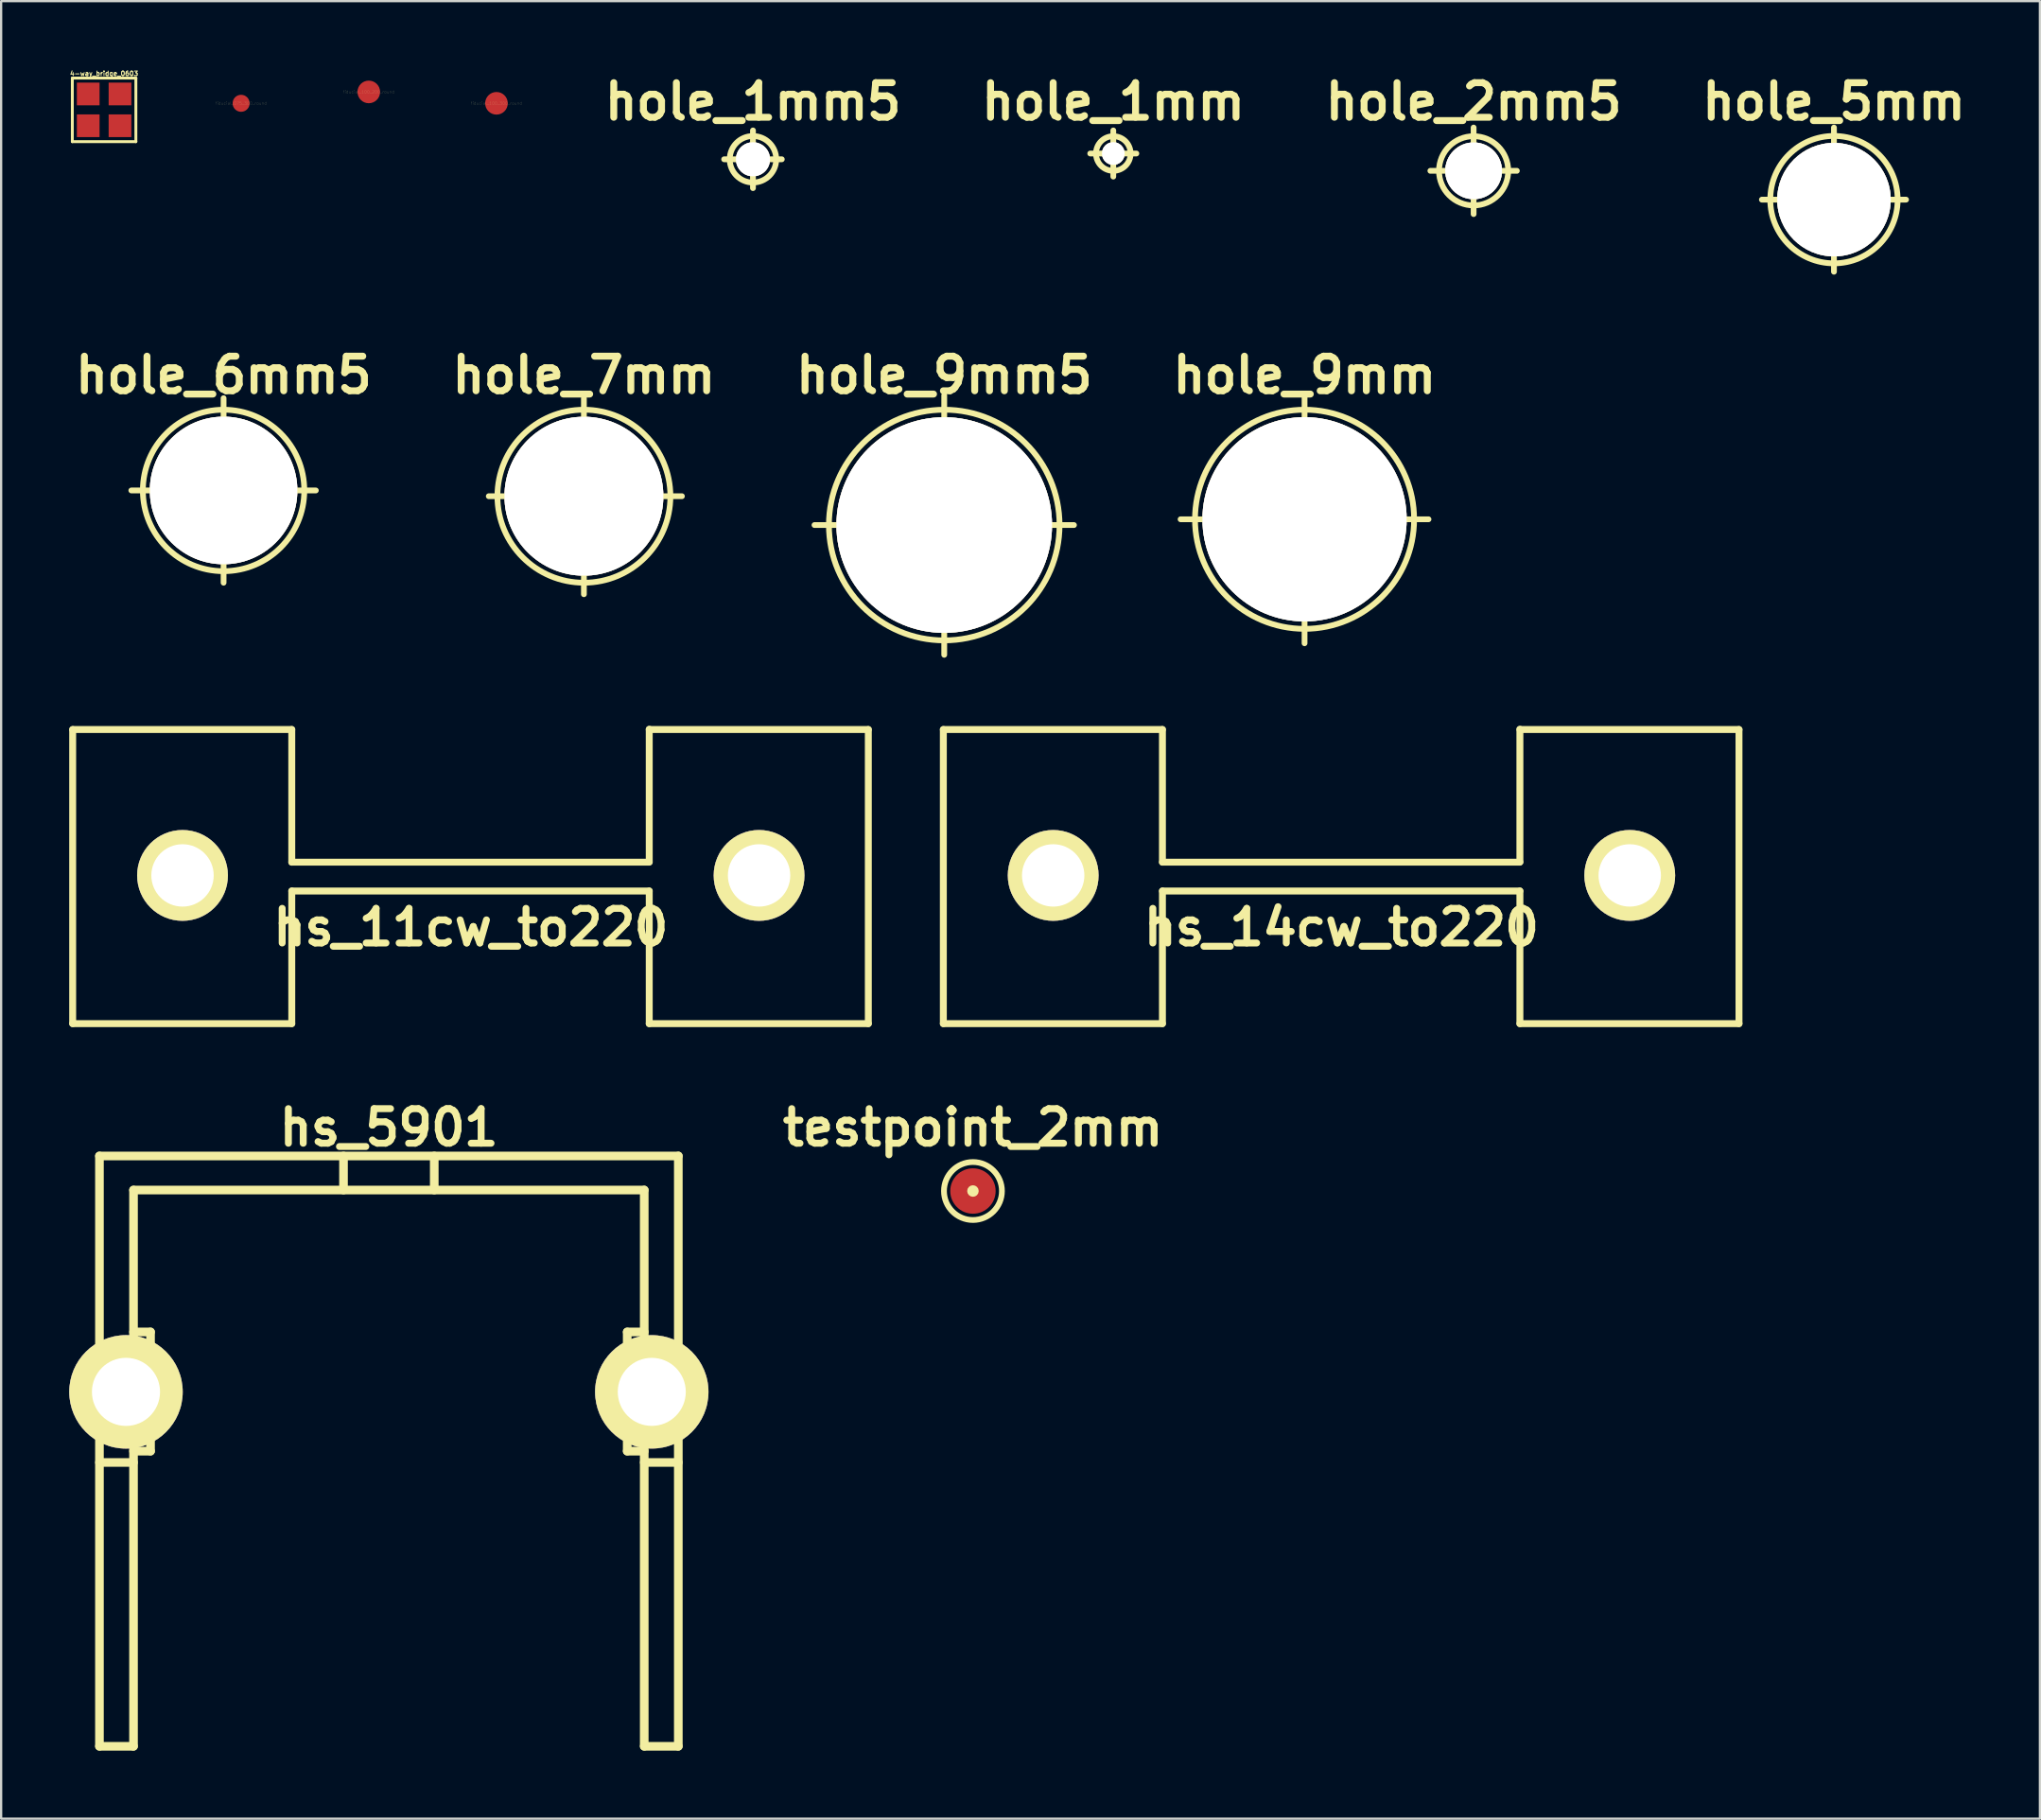
<source format=kicad_pcb>
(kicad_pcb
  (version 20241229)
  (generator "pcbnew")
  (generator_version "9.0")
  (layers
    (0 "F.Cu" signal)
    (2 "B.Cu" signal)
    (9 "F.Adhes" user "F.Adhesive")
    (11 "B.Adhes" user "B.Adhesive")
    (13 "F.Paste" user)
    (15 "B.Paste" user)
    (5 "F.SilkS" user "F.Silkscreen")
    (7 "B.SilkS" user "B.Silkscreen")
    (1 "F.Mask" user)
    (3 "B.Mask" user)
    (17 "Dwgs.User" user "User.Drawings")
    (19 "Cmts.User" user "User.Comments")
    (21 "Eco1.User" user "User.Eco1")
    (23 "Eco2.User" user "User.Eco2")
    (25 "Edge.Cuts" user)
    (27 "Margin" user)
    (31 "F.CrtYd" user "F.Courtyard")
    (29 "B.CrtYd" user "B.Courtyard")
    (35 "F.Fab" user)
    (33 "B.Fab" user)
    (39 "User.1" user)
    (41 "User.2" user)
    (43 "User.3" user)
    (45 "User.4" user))
  (footprint "hole_7mm"
    (layer "F.Cu")
    (at 22.674 18.807)
    (property "Reference" "hole_7mm" (at 0 -5.334 0) (layer "F.SilkS") (effects (font (size 1.524 1.524) (thickness 0.305))))
    (attr through_hole)
    (fp_line (start -4.191 0) (end 4.318 0) (stroke (width 0.254) (type solid)) (layer "F.SilkS"))
    (fp_line (start 0 -4.318) (end 0 4.318) (stroke (width 0.254) (type solid)) (layer "F.SilkS"))
    (fp_circle (center 0 0) (end 3.81 0) (stroke (width 0.254) (type solid)) (fill no) (layer "F.SilkS"))
    (pad "1" thru_hole circle (at 0 0) (size 7 7) (drill 7) (layers "*.Cu" "F.SilkS")))
  (footprint "hole_6mm5"
    (layer "F.Cu")
    (at 6.8 18.553)
    (property "Reference" "hole_6mm5" (at 0 -5.08 0) (layer "F.SilkS") (effects (font (size 1.524 1.524) (thickness 0.305))))
    (attr through_hole)
    (fp_line (start -4.064 0) (end 4.064 0) (stroke (width 0.254) (type solid)) (layer "F.SilkS"))
    (fp_line (start 0 -4.064) (end 0 4.064) (stroke (width 0.254) (type solid)) (layer "F.SilkS"))
    (fp_circle (center 0 0) (end 3.556 0) (stroke (width 0.254) (type solid)) (fill no) (layer "F.SilkS"))
    (pad "1" thru_hole circle (at 0 0) (size 6.5 6.5) (drill 6.5) (layers "*.Cu" "F.SilkS")))
  (footprint "hs_11cw_to220"
    (layer "F.Cu")
    (at 17.691 35.51)
    (property "Reference" "hs_11cw_to220" (at 0 2.286 0) (layer "F.SilkS") (effects (font (size 1.524 1.524) (thickness 0.305))))
    (attr through_hole)
    (fp_line (start -17.539 -6.426) (end -17.539 6.528) (stroke (width 0.305) (type solid)) (layer "F.SilkS"))
    (fp_line (start -17.539 6.528) (end -7.887 6.528) (stroke (width 0.305) (type solid)) (layer "F.SilkS"))
    (fp_line (start -7.887 -6.426) (end -17.539 -6.426) (stroke (width 0.305) (type solid)) (layer "F.SilkS"))
    (fp_line (start -7.887 -6.426) (end -7.887 -0.584) (stroke (width 0.305) (type solid)) (layer "F.SilkS"))
    (fp_line (start -7.887 0.686) (end -7.887 6.528) (stroke (width 0.305) (type solid)) (layer "F.SilkS"))
    (fp_line (start -7.887 0.686) (end 7.861 0.686) (stroke (width 0.305) (type solid)) (layer "F.SilkS"))
    (fp_line (start 7.861 -6.439) (end 7.861 -0.597) (stroke (width 0.305) (type solid)) (layer "F.SilkS"))
    (fp_line (start 7.861 -0.584) (end -7.887 -0.584) (stroke (width 0.305) (type solid)) (layer "F.SilkS"))
    (fp_line (start 7.861 6.528) (end 7.861 0.686) (stroke (width 0.305) (type solid)) (layer "F.SilkS"))
    (fp_line (start 7.861 6.528) (end 17.513 6.528) (stroke (width 0.305) (type solid)) (layer "F.SilkS"))
    (fp_line (start 17.513 -6.426) (end 7.861 -6.426) (stroke (width 0.305) (type solid)) (layer "F.SilkS"))
    (fp_line (start 17.513 -6.426) (end 17.513 6.528) (stroke (width 0.305) (type solid)) (layer "F.SilkS"))
    (pad "" thru_hole circle (at -12.7 0) (size 4 4) (drill 2.748) (layers "*.Cu" "*.Mask" "F.SilkS"))
    (pad "" thru_hole circle (at 12.7 0) (size 4 4) (drill 2.748) (layers "*.Cu" "*.Mask" "F.SilkS")))
  (footprint "hs_14cw_to220"
    (layer "F.Cu")
    (at 56.048 35.51)
    (property "Reference" "hs_14cw_to220" (at 0 2.286 0) (layer "F.SilkS") (effects (font (size 1.524 1.524) (thickness 0.305))))
    (attr through_hole)
    (fp_line (start -17.539 -6.426) (end -17.539 6.528) (stroke (width 0.305) (type solid)) (layer "F.SilkS"))
    (fp_line (start -17.539 6.528) (end -7.887 6.528) (stroke (width 0.305) (type solid)) (layer "F.SilkS"))
    (fp_line (start -7.887 -6.426) (end -17.539 -6.426) (stroke (width 0.305) (type solid)) (layer "F.SilkS"))
    (fp_line (start -7.887 -6.426) (end -7.887 -0.584) (stroke (width 0.305) (type solid)) (layer "F.SilkS"))
    (fp_line (start -7.887 0.686) (end -7.887 6.528) (stroke (width 0.305) (type solid)) (layer "F.SilkS"))
    (fp_line (start -7.887 0.686) (end 7.861 0.686) (stroke (width 0.305) (type solid)) (layer "F.SilkS"))
    (fp_line (start 7.861 -6.439) (end 7.861 -0.597) (stroke (width 0.305) (type solid)) (layer "F.SilkS"))
    (fp_line (start 7.861 -0.584) (end -7.887 -0.584) (stroke (width 0.305) (type solid)) (layer "F.SilkS"))
    (fp_line (start 7.861 6.528) (end 7.861 0.686) (stroke (width 0.305) (type solid)) (layer "F.SilkS"))
    (fp_line (start 7.861 6.528) (end 17.513 6.528) (stroke (width 0.305) (type solid)) (layer "F.SilkS"))
    (fp_line (start 17.513 -6.426) (end 7.861 -6.426) (stroke (width 0.305) (type solid)) (layer "F.SilkS"))
    (fp_line (start 17.513 -6.426) (end 17.513 6.528) (stroke (width 0.305) (type solid)) (layer "F.SilkS"))
    (pad "" thru_hole circle (at -12.7 0) (size 4 4) (drill 2.748) (layers "*.Cu" "*.Mask" "F.SilkS"))
    (pad "" thru_hole circle (at 12.7 0) (size 4 4) (drill 2.748) (layers "*.Cu" "*.Mask" "F.SilkS")))
  (footprint "hole_9mm"
    (layer "F.Cu")
    (at 54.422 19.823)
    (property "Reference" "hole_9mm" (at 0 -6.35 0) (layer "F.SilkS") (effects (font (size 1.524 1.524) (thickness 0.305))))
    (attr through_hole)
    (fp_line (start -5.461 0) (end 5.461 0) (stroke (width 0.254) (type solid)) (layer "F.SilkS"))
    (fp_line (start 0 -5.461) (end 0 5.461) (stroke (width 0.254) (type solid)) (layer "F.SilkS"))
    (fp_circle (center 0 0) (end 4.826 0) (stroke (width 0.254) (type solid)) (fill no) (layer "F.SilkS"))
    (pad "1" thru_hole circle (at 0 0) (size 8.999 8.999) (drill 8.999) (layers "*.Cu" "F.SilkS")))
  (footprint "fiducial_100_300_round"
    (layer "F.Cu")
    (at 18.822 1.5)
    (property "Reference" "fiducial_100_300_round" (at 0 0 0) (layer "F.SilkS") (effects (font (size 0.127 0.127) (thickness 0.003))))
    (attr through_hole)
    (pad "" smd circle (at 0 0) (size 3 3) (layers "F.Mask"))
    (pad "1" smd circle (at 0 0) (size 0.996 0.996) (layers "F.Cu" "F.Mask")))
  (footprint "hole_1mm5"
    (layer "F.Cu")
    (at 30.122 3.966)
    (property "Reference" "hole_1mm5" (at 0 -2.54 0) (layer "F.SilkS") (effects (font (size 1.524 1.524) (thickness 0.305))))
    (attr through_hole)
    (fp_line (start -1.27 0) (end 1.27 0) (stroke (width 0.254) (type solid)) (layer "F.SilkS"))
    (fp_line (start 0 -1.27) (end 0 1.27) (stroke (width 0.254) (type solid)) (layer "F.SilkS"))
    (fp_circle (center 0 0) (end 1.016 -0.127) (stroke (width 0.254) (type solid)) (fill no) (layer "F.SilkS"))
    (pad "1" thru_hole circle (at 0 0) (size 1.501 1.501) (drill 1.501) (layers "*.Cu" "F.SilkS")))
  (footprint "hs_5901"
    (layer "F.Cu")
    (at 14.082 49.368)
    (property "Reference" "hs_5901" (at 0 -2.751 0) (layer "F.SilkS") (effects (font (size 1.524 1.524) (thickness 0.305))))
    (attr through_hole)
    (fp_line (start -12.751 -1.501) (end -12.751 24.501) (stroke (width 0.381) (type solid)) (layer "F.SilkS"))
    (fp_line (start -12.751 11.999) (end -11.25 11.999) (stroke (width 0.381) (type solid)) (layer "F.SilkS"))
    (fp_line (start -11.25 6.251) (end -10.5 6.251) (stroke (width 0.381) (type solid)) (layer "F.SilkS"))
    (fp_line (start -11.25 24.501) (end -12.751 24.501) (stroke (width 0.381) (type solid)) (layer "F.SilkS"))
    (fp_line (start -11.25 24.501) (end -11.25 0) (stroke (width 0.381) (type solid)) (layer "F.SilkS"))
    (fp_line (start -10.5 6.251) (end -10.5 11.501) (stroke (width 0.381) (type solid)) (layer "F.SilkS"))
    (fp_line (start -10.5 11.501) (end -11.25 11.501) (stroke (width 0.381) (type solid)) (layer "F.SilkS"))
    (fp_line (start -1.999 0) (end -1.999 -1.501) (stroke (width 0.381) (type solid)) (layer "F.SilkS"))
    (fp_line (start 1.999 -1.501) (end 1.999 0) (stroke (width 0.381) (type solid)) (layer "F.SilkS"))
    (fp_line (start 10.5 6.251) (end 11.25 6.251) (stroke (width 0.381) (type solid)) (layer "F.SilkS"))
    (fp_line (start 10.5 11.501) (end 10.5 6.251) (stroke (width 0.381) (type solid)) (layer "F.SilkS"))
    (fp_line (start 11.25 0) (end -11.25 0) (stroke (width 0.381) (type solid)) (layer "F.SilkS"))
    (fp_line (start 11.25 0) (end 11.25 24.501) (stroke (width 0.381) (type solid)) (layer "F.SilkS"))
    (fp_line (start 11.25 11.501) (end 10.5 11.501) (stroke (width 0.381) (type solid)) (layer "F.SilkS"))
    (fp_line (start 11.25 11.999) (end 12.751 11.999) (stroke (width 0.381) (type solid)) (layer "F.SilkS"))
    (fp_line (start 12.751 -1.501) (end -12.751 -1.501) (stroke (width 0.381) (type solid)) (layer "F.SilkS"))
    (fp_line (start 12.751 24.501) (end 11.25 24.501) (stroke (width 0.381) (type solid)) (layer "F.SilkS"))
    (fp_line (start 12.751 24.501) (end 12.751 -1.501) (stroke (width 0.381) (type solid)) (layer "F.SilkS"))
    (pad "" thru_hole circle (at -11.582 8.89) (size 4.999 4.999) (drill 3) (layers "*.Cu" "*.Mask" "F.SilkS"))
    (pad "" thru_hole circle (at 11.582 8.89) (size 4.996 4.996) (drill 2.997) (layers "*.Cu" "*.Mask" "F.SilkS")))
  (footprint "hole_9mm5"
    (layer "F.Cu")
    (at 38.548 20.077)
    (property "Reference" "hole_9mm5" (at 0 -6.604 0) (layer "F.SilkS") (effects (font (size 1.524 1.524) (thickness 0.305))))
    (attr through_hole)
    (fp_line (start -5.715 0) (end 5.715 0) (stroke (width 0.254) (type solid)) (layer "F.SilkS"))
    (fp_line (start 0 -5.715) (end 0 5.715) (stroke (width 0.254) (type solid)) (layer "F.SilkS"))
    (fp_circle (center 0 0) (end 5.08 0) (stroke (width 0.254) (type solid)) (fill no) (layer "F.SilkS"))
    (pad "1" thru_hole circle (at 0 0) (size 9.5 9.5) (drill 9.5) (layers "*.Cu" "F.SilkS")))
  (footprint "fiducial_100_200_round"
    (layer "F.Cu")
    (at 13.197 0.999)
    (property "Reference" "fiducial_100_200_round" (at 0 0 0) (layer "F.SilkS") (effects (font (size 0.127 0.127) (thickness 0.003))))
    (attr through_hole)
    (pad "" smd circle (at 0 0) (size 1.999 1.999) (layers "F.Mask"))
    (pad "1" smd circle (at 0 0) (size 0.996 0.996) (layers "F.Cu" "F.Mask")))
  (footprint "fiducial_075_300_round"
    (layer "F.Cu")
    (at 7.572 1.5)
    (property "Reference" "fiducial_075_300_round" (at 0 0 0) (layer "F.SilkS") (effects (font (size 0.127 0.127) (thickness 0.003))))
    (attr through_hole)
    (pad "" smd circle (at 0 0) (size 3 3) (layers "F.Mask"))
    (pad "1" smd circle (at 0 0) (size 0.749 0.749) (layers "F.Cu" "F.Mask")))
  (footprint "testpoint_2mm"
    (layer "F.Cu")
    (at 39.813 49.411)
    (property "Reference" "testpoint_2mm" (at 0 -2.794 0) (layer "F.SilkS") (effects (font (size 1.524 1.524) (thickness 0.305))))
    (attr through_hole)
    (fp_circle (center 0 0) (end 0.127 0) (stroke (width 0.254) (type solid)) (fill no) (layer "F.SilkS"))
    (fp_circle (center 0 0) (end 1.27 0.127) (stroke (width 0.254) (type solid)) (fill no) (layer "F.SilkS"))
    (pad "1" smd circle (at 0 0) (size 1.999 1.999) (layers "F.Cu" "F.Mask" "F.Paste")))
  (footprint "hole_5mm"
    (layer "F.Cu")
    (at 77.745 5.744)
    (property "Reference" "hole_5mm" (at 0 -4.318 0) (layer "F.SilkS") (effects (font (size 1.524 1.524) (thickness 0.305))))
    (attr through_hole)
    (fp_line (start -3.175 0) (end 3.175 0) (stroke (width 0.254) (type solid)) (layer "F.SilkS"))
    (fp_line (start 0 -3.175) (end 0 3.175) (stroke (width 0.254) (type solid)) (layer "F.SilkS"))
    (fp_circle (center 0 0) (end 2.794 -0.254) (stroke (width 0.254) (type solid)) (fill no) (layer "F.SilkS"))
    (pad "1" thru_hole circle (at 0 0) (size 5.001 5.001) (drill 5.001) (layers "*.Cu" "F.SilkS")))
  (footprint "4-way_bridge_0603"
    (layer "F.Cu")
    (at 1.536 1.789)
    (property "Reference" "4-way_bridge_0603" (at 0 -1.6 0) (layer "F.SilkS") (effects (font (size 0.201 0.201) (thickness 0.041))))
    (attr through_hole)
    (fp_line (start -1.4 -1.4) (end 1.4 -1.4) (stroke (width 0.127) (type solid)) (layer "F.SilkS"))
    (fp_line (start -1.4 1.4) (end -1.4 -1.4) (stroke (width 0.127) (type solid)) (layer "F.SilkS"))
    (fp_line (start 1.4 1.4) (end -1.4 1.4) (stroke (width 0.127) (type solid)) (layer "F.SilkS"))
    (fp_line (start 1.4 1.4) (end 1.4 -1.4) (stroke (width 0.127) (type solid)) (layer "F.SilkS"))
    (pad "1" smd rect (at 0.7 -0.7) (size 1 1) (layers "F.Cu" "F.Mask" "F.Paste"))
    (pad "2" smd rect (at 0.7 0.7) (size 1 1) (layers "F.Cu" "F.Mask" "F.Paste"))
    (pad "3" smd rect (at -0.7 -0.7) (size 1 1) (layers "F.Cu" "F.Mask" "F.Paste"))
    (pad "4" smd rect (at -0.7 0.7) (size 1 1) (layers "F.Cu" "F.Mask" "F.Paste")))
  (footprint "hole_2mm5"
    (layer "F.Cu")
    (at 61.87 4.474)
    (property "Reference" "hole_2mm5" (at 0 -3.048 0) (layer "F.SilkS") (effects (font (size 1.524 1.524) (thickness 0.305))))
    (attr through_hole)
    (fp_line (start -1.905 0) (end 1.905 0) (stroke (width 0.254) (type solid)) (layer "F.SilkS"))
    (fp_line (start 0 -1.905) (end 0 1.905) (stroke (width 0.254) (type solid)) (layer "F.SilkS"))
    (fp_circle (center 0 0) (end 1.524 0) (stroke (width 0.254) (type solid)) (fill no) (layer "F.SilkS"))
    (pad "1" thru_hole circle (at 0 0) (size 2.502 2.502) (drill 2.502) (layers "*.Cu" "F.SilkS")))
  (footprint "hole_1mm"
    (layer "F.Cu")
    (at 45.996 3.712)
    (property "Reference" "hole_1mm" (at 0 -2.286 0) (layer "F.SilkS") (effects (font (size 1.524 1.524) (thickness 0.305))))
    (attr through_hole)
    (fp_line (start -1.016 0) (end 1.016 0) (stroke (width 0.254) (type solid)) (layer "F.SilkS"))
    (fp_line (start 0 -1.016) (end 0 1.016) (stroke (width 0.254) (type solid)) (layer "F.SilkS"))
    (fp_circle (center 0 0) (end 0.762 0) (stroke (width 0.254) (type solid)) (fill no) (layer "F.SilkS"))
    (pad "1" thru_hole circle (at 0 0) (size 1.001 1.001) (drill 1.001) (layers "*.Cu" "F.SilkS")))
  (gr_rect
    (start -3 -3)
    (end 86.819 77.059)
    (stroke (width 0.1) (type default))
    (fill no)
    (layer "Edge.Cuts")))
</source>
